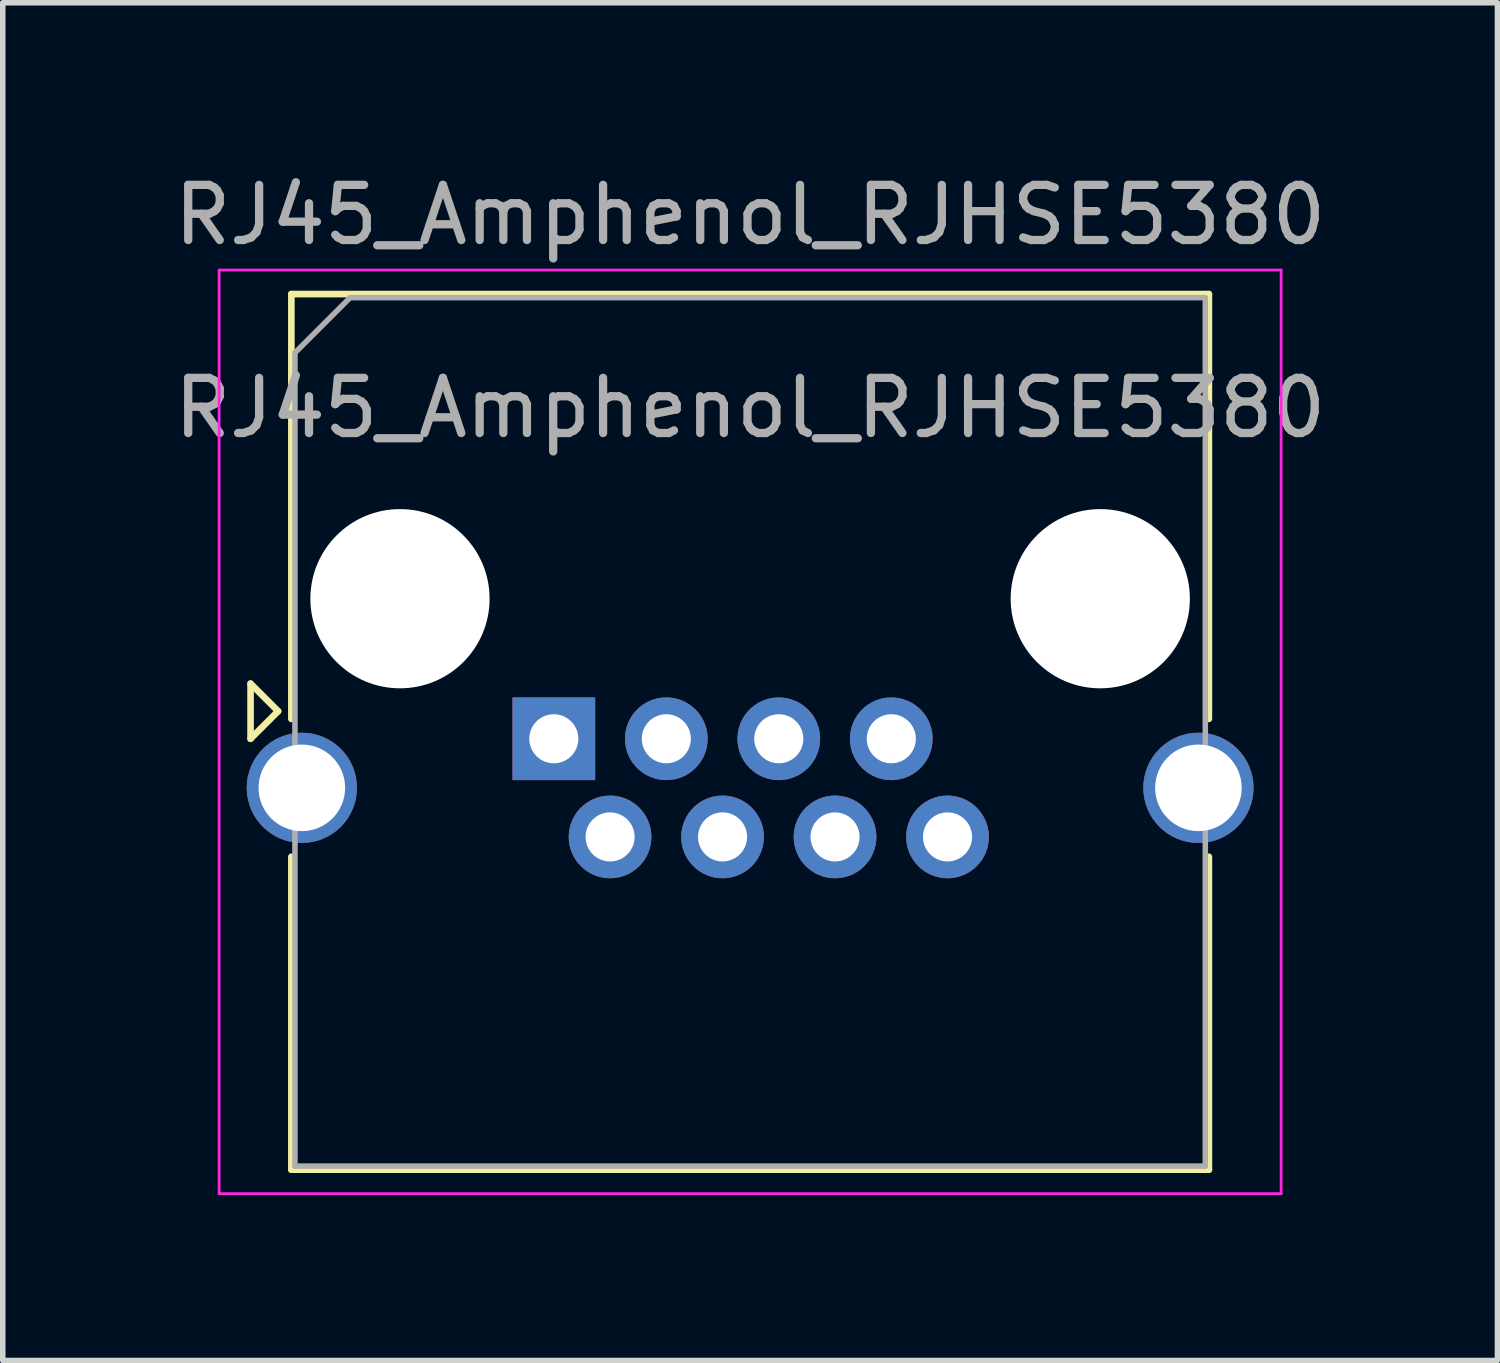
<source format=kicad_pcb>
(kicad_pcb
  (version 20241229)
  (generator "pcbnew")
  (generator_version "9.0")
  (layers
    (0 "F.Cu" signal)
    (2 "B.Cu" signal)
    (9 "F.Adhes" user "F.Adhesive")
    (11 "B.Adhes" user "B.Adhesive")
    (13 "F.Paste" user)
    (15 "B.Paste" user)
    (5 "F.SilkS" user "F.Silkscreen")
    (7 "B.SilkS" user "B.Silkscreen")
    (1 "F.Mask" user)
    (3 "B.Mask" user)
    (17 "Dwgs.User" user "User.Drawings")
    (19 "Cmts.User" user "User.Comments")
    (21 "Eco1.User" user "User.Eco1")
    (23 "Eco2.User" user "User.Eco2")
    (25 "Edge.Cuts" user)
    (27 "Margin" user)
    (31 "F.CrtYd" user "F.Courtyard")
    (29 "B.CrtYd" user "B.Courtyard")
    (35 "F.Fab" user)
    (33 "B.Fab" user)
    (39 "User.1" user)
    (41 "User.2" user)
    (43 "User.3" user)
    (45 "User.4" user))
  (footprint "RJ45_Amphenol_RJHSE5380"
    (layer "F.Cu")
    (at 6.994 10.348)
    (property "Reference" "RJ45_Amphenol_RJHSE5380" (at 3.56 -9.5 0) (layer "F.Fab") (effects (font (size 1 1) (thickness 0.15))))
    (attr through_hole)
    (fp_line (start -5.5 -1) (end -5 -0.5) (stroke (width 0.12) (type solid)) (layer "F.SilkS"))
    (fp_line (start -5.5 0) (end -5.5 -1) (stroke (width 0.12) (type solid)) (layer "F.SilkS"))
    (fp_line (start -5 -0.5) (end -5.5 0) (stroke (width 0.12) (type solid)) (layer "F.SilkS"))
    (fp_line (start -4.76 -8.065) (end -4.76 -0.36) (stroke (width 0.12) (type solid)) (layer "F.SilkS"))
    (fp_line (start -4.76 -8.065) (end 11.88 -8.065) (stroke (width 0.12) (type solid)) (layer "F.SilkS"))
    (fp_line (start -4.76 7.815) (end -4.76 2.14) (stroke (width 0.12) (type solid)) (layer "F.SilkS"))
    (fp_line (start -4.76 7.815) (end 11.88 7.815) (stroke (width 0.12) (type solid)) (layer "F.SilkS"))
    (fp_line (start 11.88 -8.065) (end 11.88 -0.36) (stroke (width 0.12) (type solid)) (layer "F.SilkS"))
    (fp_line (start 11.88 7.815) (end 11.88 2.14) (stroke (width 0.12) (type solid)) (layer "F.SilkS"))
    (fp_line (start -6.07 -8.5) (end -6.07 8.25) (stroke (width 0.05) (type solid)) (layer "F.CrtYd"))
    (fp_line (start -6.07 -8.5) (end 13.19 -8.5) (stroke (width 0.05) (type solid)) (layer "F.CrtYd"))
    (fp_line (start -6.07 8.25) (end 13.19 8.25) (stroke (width 0.05) (type solid)) (layer "F.CrtYd"))
    (fp_line (start 13.19 -8.5) (end 13.19 8.25) (stroke (width 0.05) (type solid)) (layer "F.CrtYd"))
    (fp_line (start -4.695 -7) (end -4.695 7.75) (stroke (width 0.1) (type solid)) (layer "F.Fab"))
    (fp_line (start -4.695 -7) (end -3.695 -8) (stroke (width 0.1) (type solid)) (layer "F.Fab"))
    (fp_line (start -4.695 7.75) (end 11.815 7.75) (stroke (width 0.1) (type solid)) (layer "F.Fab"))
    (fp_line (start -3.695 -8) (end 11.815 -8) (stroke (width 0.1) (type solid)) (layer "F.Fab"))
    (fp_line (start 11.815 -8) (end 11.815 7.75) (stroke (width 0.1) (type solid)) (layer "F.Fab"))
    (fp_text user "${REFERENCE}" (at 3.56 -6 0) (layer "F.Fab") (effects (font (size 1 1) (thickness 0.15))))
    (pad "" np_thru_hole circle (at -2.79 -2.54) (size 3.25 3.25) (drill 3.25) (layers "*.Cu" "*.Mask"))
    (pad "" np_thru_hole circle (at 9.91 -2.54) (size 3.25 3.25) (drill 3.25) (layers "*.Cu" "*.Mask"))
    (pad "1" thru_hole rect (at 0 0) (size 1.5 1.5) (drill 0.89) (layers "*.Cu" "*.Mask"))
    (pad "2" thru_hole circle (at 1.02 1.78) (size 1.5 1.5) (drill 0.89) (layers "*.Cu" "*.Mask"))
    (pad "3" thru_hole circle (at 2.04 0) (size 1.5 1.5) (drill 0.89) (layers "*.Cu" "*.Mask"))
    (pad "4" thru_hole circle (at 3.06 1.78) (size 1.5 1.5) (drill 0.89) (layers "*.Cu" "*.Mask"))
    (pad "5" thru_hole circle (at 4.08 0) (size 1.5 1.5) (drill 0.89) (layers "*.Cu" "*.Mask"))
    (pad "6" thru_hole circle (at 5.1 1.78) (size 1.5 1.5) (drill 0.89) (layers "*.Cu" "*.Mask"))
    (pad "7" thru_hole circle (at 6.12 0) (size 1.5 1.5) (drill 0.89) (layers "*.Cu" "*.Mask"))
    (pad "8" thru_hole circle (at 7.14 1.78) (size 1.5 1.5) (drill 0.89) (layers "*.Cu" "*.Mask"))
    (pad "SH" thru_hole circle (at -4.57 0.89) (size 2 2) (drill 1.57) (layers "*.Cu" "*.Mask"))
    (pad "SH" thru_hole circle (at 11.69 0.89) (size 2 2) (drill 1.57) (layers "*.Cu" "*.Mask")))
  (gr_rect
    (start -3 -3)
    (end 24.107 21.623)
    (stroke (width 0.1) (type default))
    (fill no)
    (layer "Edge.Cuts")))
</source>
